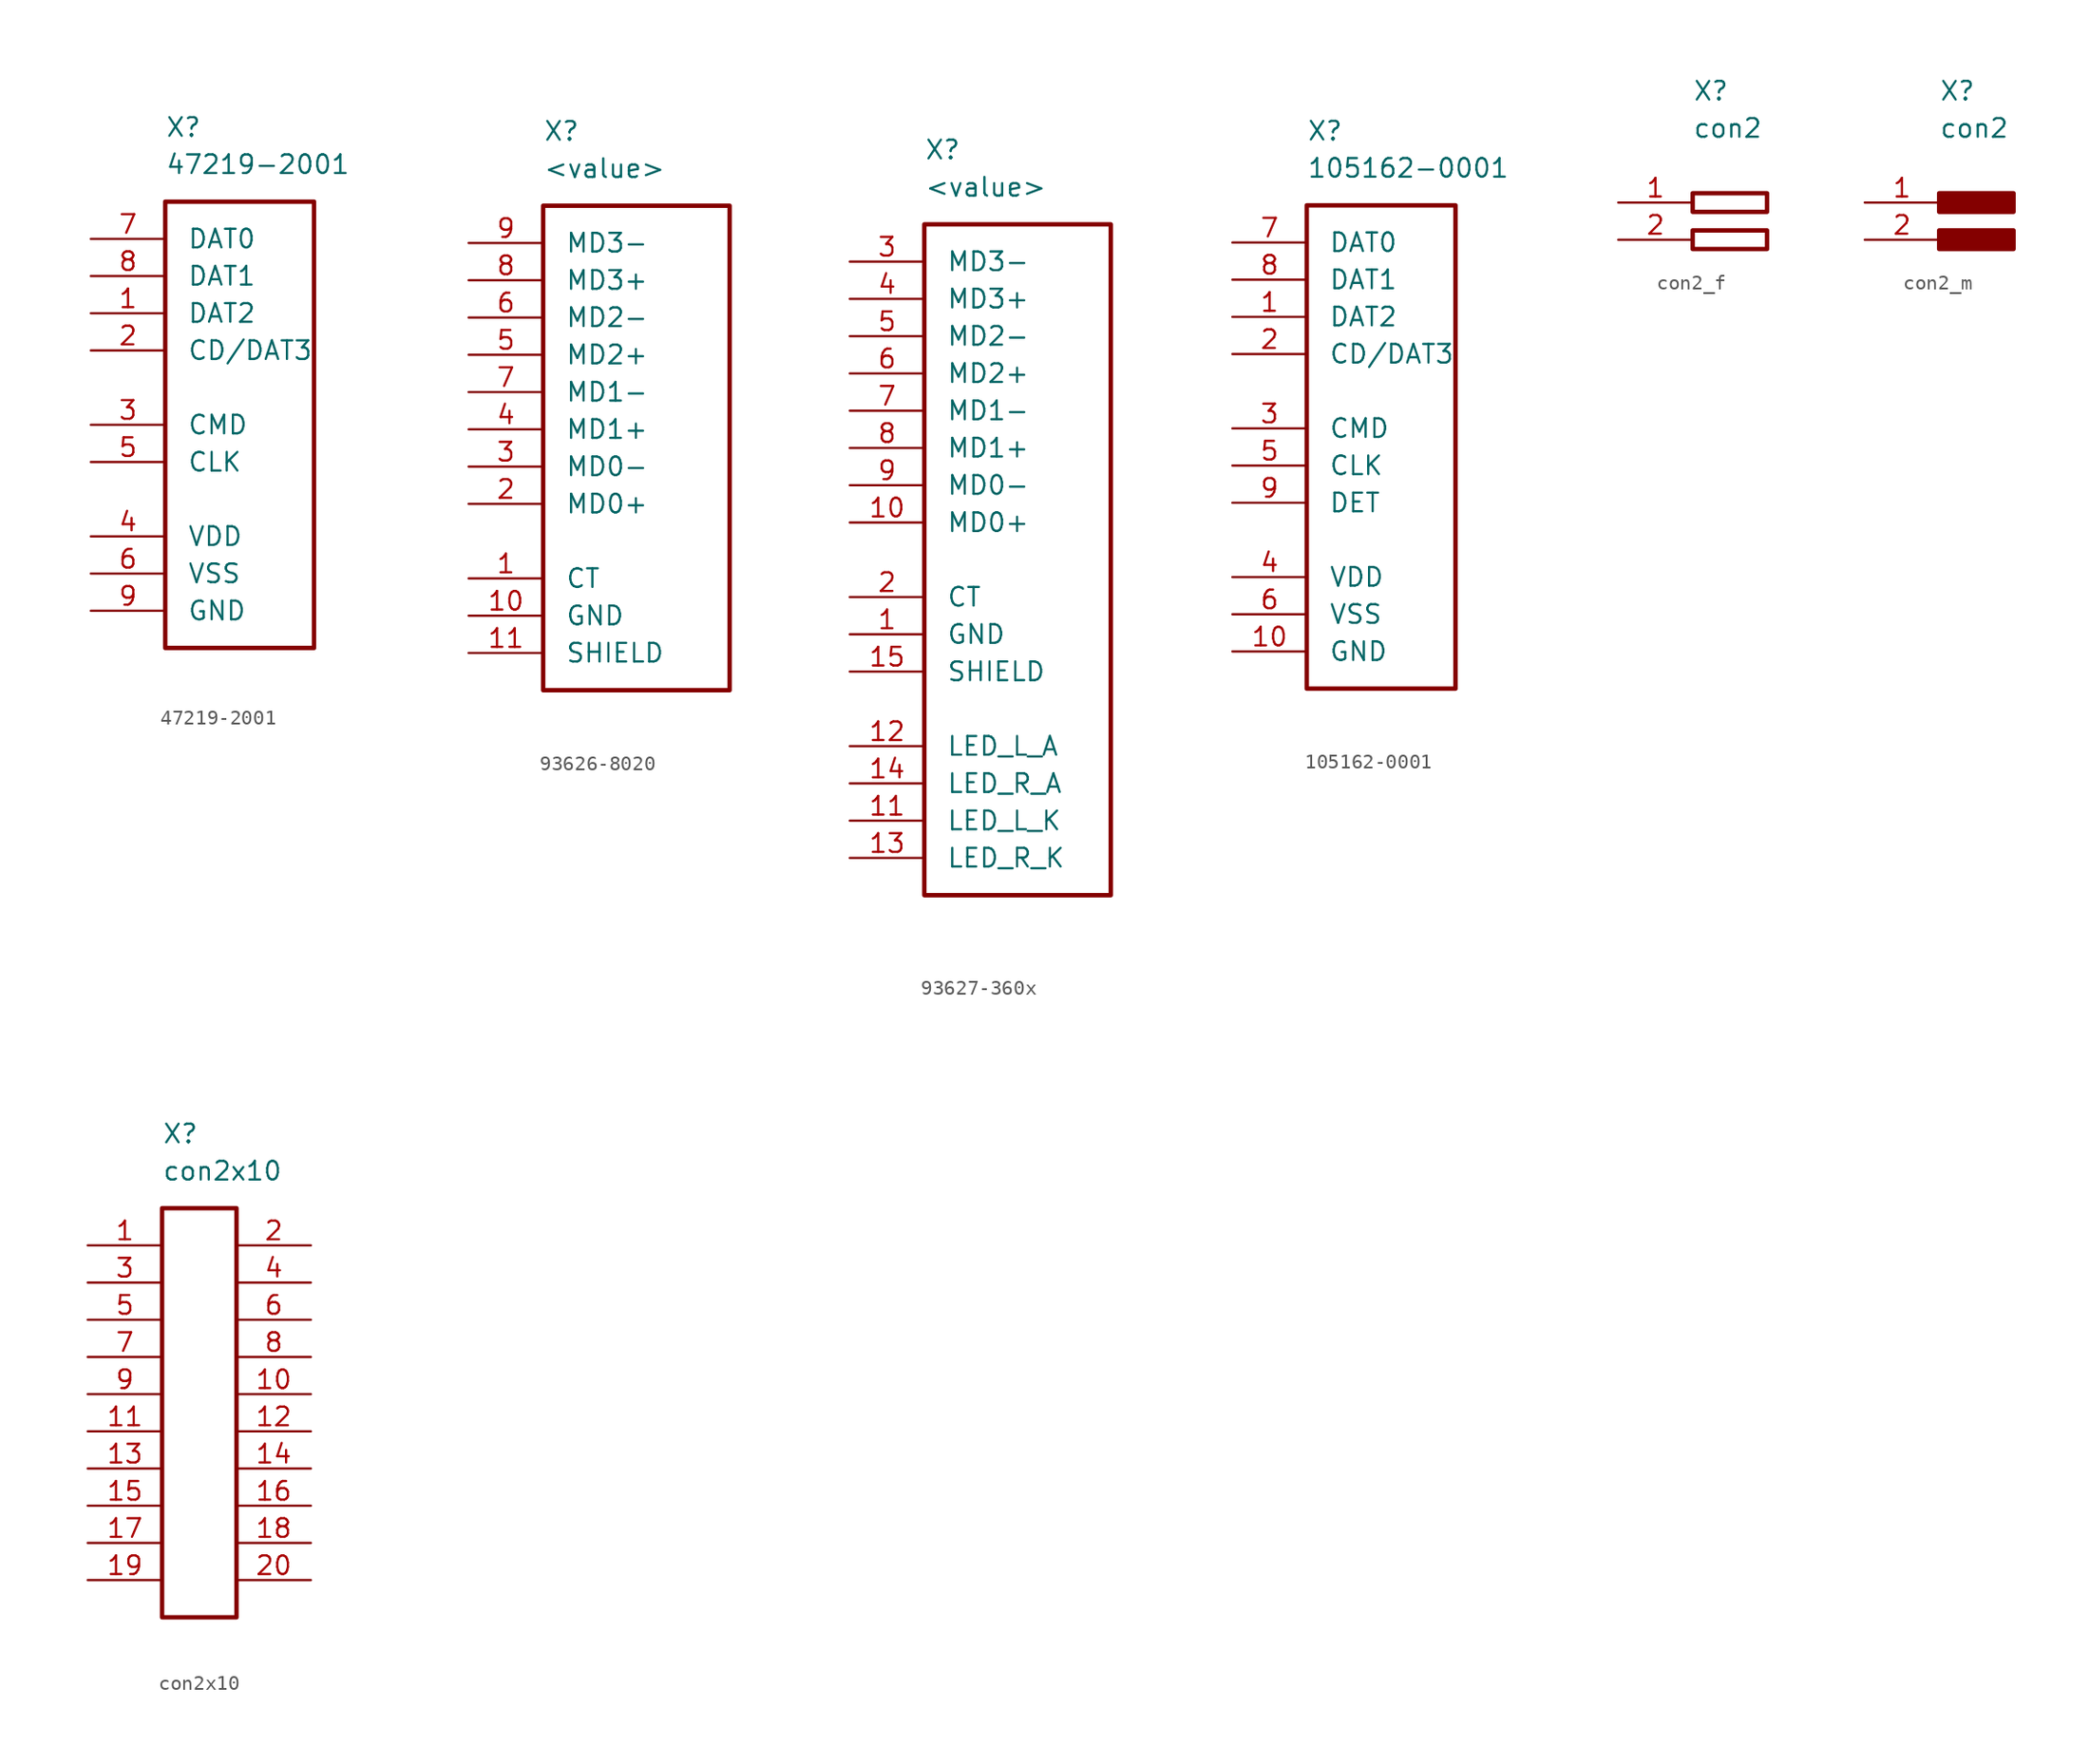
<source format=kicad_sym>
(kicad_symbol_lib
  (version 20241209)
  (generator "kicad_symbol_editor")
  (generator_version "9.0")
  (symbol "47219-2001"
    (pin_names
      (offset 1.5))
    (property "Reference" "X"
      (at 5.08 5.08 0)
      (effects (font (size 1.27 1.27)) (justify left)))
    (property "Value" "47219-2001"
      (at 5.08 2.54 0)
      (effects (font (size 1.27 1.27)) (justify left)))
    (symbol "47219-2001_0_1"
      (rectangle (start 5.08 0) (end 15.24 -30.48) (stroke (width 0.3) (type default)) (fill (type none))))
    (symbol "47219-2001_1_1"
      (pin passive line (at 0 -2.54 0) (length 5.08) (name "DAT0" (effects (font (size 1.27 1.27)))) (number "7" (effects (font (size 1.27 1.27)))))
      (pin passive line (at 0 -5.08 0) (length 5.08) (name "DAT1" (effects (font (size 1.27 1.27)))) (number "8" (effects (font (size 1.27 1.27)))))
      (pin passive line (at 0 -7.62 0) (length 5.08) (name "DAT2" (effects (font (size 1.27 1.27)))) (number "1" (effects (font (size 1.27 1.27)))))
      (pin passive line (at 0 -10.16 0) (length 5.08) (name "CD/DAT3" (effects (font (size 1.27 1.27)))) (number "2" (effects (font (size 1.27 1.27)))))
      (pin passive line (at 0 -15.24 0) (length 5.08) (name "CMD" (effects (font (size 1.27 1.27)))) (number "3" (effects (font (size 1.27 1.27)))))
      (pin passive line (at 0 -17.78 0) (length 5.08) (name "CLK" (effects (font (size 1.27 1.27)))) (number "5" (effects (font (size 1.27 1.27)))))
      (pin passive line (at 0 -22.86 0) (length 5.08) (name "VDD" (effects (font (size 1.27 1.27)))) (number "4" (effects (font (size 1.27 1.27)))))
      (pin passive line (at 0 -25.4 0) (length 5.08) (name "VSS" (effects (font (size 1.27 1.27)))) (number "6" (effects (font (size 1.27 1.27)))))
      (pin passive line (at 0 -27.94 0) (length 5.08) (name "GND" (effects (font (size 1.27 1.27)))) (number "9" (effects (font (size 1.27 1.27)))))))
  (symbol "93626-8020"
    (pin_names
      (offset 1.5))
    (property "Reference" "X"
      (at 5.08 5.08 0)
      (effects (font (size 1.27 1.27)) (justify left)))
    (property "Value" "<value>"
      (at 5.08 2.54 0)
      (effects (font (size 1.27 1.27)) (justify left)))
    (symbol "93626-8020_0_1"
      (rectangle (start 5.08 0) (end 17.78 -33.02) (stroke (width 0.3) (type default)) (fill (type none))))
    (symbol "93626-8020_1_1"
      (pin passive line (at 0 -2.54 0) (length 5.08) (name "MD3-" (effects (font (size 1.27 1.27)))) (number "9" (effects (font (size 1.27 1.27)))))
      (pin passive line (at 0 -5.08 0) (length 5.08) (name "MD3+" (effects (font (size 1.27 1.27)))) (number "8" (effects (font (size 1.27 1.27)))))
      (pin passive line (at 0 -7.62 0) (length 5.08) (name "MD2-" (effects (font (size 1.27 1.27)))) (number "6" (effects (font (size 1.27 1.27)))))
      (pin passive line (at 0 -10.16 0) (length 5.08) (name "MD2+" (effects (font (size 1.27 1.27)))) (number "5" (effects (font (size 1.27 1.27)))))
      (pin passive line (at 0 -12.7 0) (length 5.08) (name "MD1-" (effects (font (size 1.27 1.27)))) (number "7" (effects (font (size 1.27 1.27)))))
      (pin passive line (at 0 -15.24 0) (length 5.08) (name "MD1+" (effects (font (size 1.27 1.27)))) (number "4" (effects (font (size 1.27 1.27)))))
      (pin passive line (at 0 -17.78 0) (length 5.08) (name "MD0-" (effects (font (size 1.27 1.27)))) (number "3" (effects (font (size 1.27 1.27)))))
      (pin passive line (at 0 -20.32 0) (length 5.08) (name "MD0+" (effects (font (size 1.27 1.27)))) (number "2" (effects (font (size 1.27 1.27)))))
      (pin passive line (at 0 -25.4 0) (length 5.08) (name "CT" (effects (font (size 1.27 1.27)))) (number "1" (effects (font (size 1.27 1.27)))))
      (pin passive line (at 0 -27.94 0) (length 5.08) (name "GND" (effects (font (size 1.27 1.27)))) (number "10" (effects (font (size 1.27 1.27)))))
      (pin passive line (at 0 -30.48 0) (length 5.08) (name "SHIELD" (effects (font (size 1.27 1.27)))) (number "11" (effects (font (size 1.27 1.27)))))))
  (symbol "93627-360x"
    (pin_names
      (offset 1.5))
    (property "Reference" "X"
      (at 5.08 5.08 0)
      (effects (font (size 1.27 1.27)) (justify left)))
    (property "Value" "<value>"
      (at 5.08 2.54 0)
      (effects (font (size 1.27 1.27)) (justify left)))
    (symbol "93627-360x_0_1"
      (rectangle (start 5.08 0) (end 17.78 -45.72) (stroke (width 0.3) (type default)) (fill (type none))))
    (symbol "93627-360x_1_1"
      (pin passive line (at 0 -2.54 0) (length 5.08) (name "MD3-" (effects (font (size 1.27 1.27)))) (number "3" (effects (font (size 1.27 1.27)))))
      (pin passive line (at 0 -5.08 0) (length 5.08) (name "MD3+" (effects (font (size 1.27 1.27)))) (number "4" (effects (font (size 1.27 1.27)))))
      (pin passive line (at 0 -7.62 0) (length 5.08) (name "MD2-" (effects (font (size 1.27 1.27)))) (number "5" (effects (font (size 1.27 1.27)))))
      (pin passive line (at 0 -10.16 0) (length 5.08) (name "MD2+" (effects (font (size 1.27 1.27)))) (number "6" (effects (font (size 1.27 1.27)))))
      (pin passive line (at 0 -12.7 0) (length 5.08) (name "MD1-" (effects (font (size 1.27 1.27)))) (number "7" (effects (font (size 1.27 1.27)))))
      (pin passive line (at 0 -15.24 0) (length 5.08) (name "MD1+" (effects (font (size 1.27 1.27)))) (number "8" (effects (font (size 1.27 1.27)))))
      (pin passive line (at 0 -17.78 0) (length 5.08) (name "MD0-" (effects (font (size 1.27 1.27)))) (number "9" (effects (font (size 1.27 1.27)))))
      (pin passive line (at 0 -20.32 0) (length 5.08) (name "MD0+" (effects (font (size 1.27 1.27)))) (number "10" (effects (font (size 1.27 1.27)))))
      (pin passive line (at 0 -25.4 0) (length 5.08) (name "CT" (effects (font (size 1.27 1.27)))) (number "2" (effects (font (size 1.27 1.27)))))
      (pin passive line (at 0 -27.94 0) (length 5.08) (name "GND" (effects (font (size 1.27 1.27)))) (number "1" (effects (font (size 1.27 1.27)))))
      (pin passive line (at 0 -30.48 0) (length 5.08) (name "SHIELD" (effects (font (size 1.27 1.27)))) (number "15" (effects (font (size 1.27 1.27)))))
      (pin passive line (at 0 -35.56 0) (length 5.08) (name "LED_L_A" (effects (font (size 1.27 1.27)))) (number "12" (effects (font (size 1.27 1.27)))))
      (pin passive line (at 0 -38.1 0) (length 5.08) (name "LED_R_A" (effects (font (size 1.27 1.27)))) (number "14" (effects (font (size 1.27 1.27)))))
      (pin passive line (at 0 -40.64 0) (length 5.08) (name "LED_L_K" (effects (font (size 1.27 1.27)))) (number "11" (effects (font (size 1.27 1.27)))))
      (pin passive line (at 0 -43.18 0) (length 5.08) (name "LED_R_K" (effects (font (size 1.27 1.27)))) (number "13" (effects (font (size 1.27 1.27)))))))
  (symbol "105162-0001"
    (pin_names
      (offset 1.5))
    (property "Reference" "X"
      (at 5.08 5.08 0)
      (effects (font (size 1.27 1.27)) (justify left)))
    (property "Value" "105162-0001"
      (at 5.08 2.54 0)
      (effects (font (size 1.27 1.27)) (justify left)))
    (symbol "105162-0001_0_1"
      (rectangle (start 5.08 0) (end 15.24 -33.02) (stroke (width 0.3) (type default)) (fill (type none))))
    (symbol "105162-0001_1_1"
      (pin passive line (at 0 -2.54 0) (length 5.08) (name "DAT0" (effects (font (size 1.27 1.27)))) (number "7" (effects (font (size 1.27 1.27)))))
      (pin passive line (at 0 -5.08 0) (length 5.08) (name "DAT1" (effects (font (size 1.27 1.27)))) (number "8" (effects (font (size 1.27 1.27)))))
      (pin passive line (at 0 -7.62 0) (length 5.08) (name "DAT2" (effects (font (size 1.27 1.27)))) (number "1" (effects (font (size 1.27 1.27)))))
      (pin passive line (at 0 -10.16 0) (length 5.08) (name "CD/DAT3" (effects (font (size 1.27 1.27)))) (number "2" (effects (font (size 1.27 1.27)))))
      (pin passive line (at 0 -15.24 0) (length 5.08) (name "CMD" (effects (font (size 1.27 1.27)))) (number "3" (effects (font (size 1.27 1.27)))))
      (pin passive line (at 0 -17.78 0) (length 5.08) (name "CLK" (effects (font (size 1.27 1.27)))) (number "5" (effects (font (size 1.27 1.27)))))
      (pin passive line (at 0 -20.32 0) (length 5.08) (name "DET" (effects (font (size 1.27 1.27)))) (number "9" (effects (font (size 1.27 1.27)))))
      (pin passive line (at 0 -25.4 0) (length 5.08) (name "VDD" (effects (font (size 1.27 1.27)))) (number "4" (effects (font (size 1.27 1.27)))))
      (pin passive line (at 0 -27.94 0) (length 5.08) (name "VSS" (effects (font (size 1.27 1.27)))) (number "6" (effects (font (size 1.27 1.27)))))
      (pin passive line (at 0 -30.48 0) (length 5.08) (name "GND" (effects (font (size 1.27 1.27)))) (number "10" (effects (font (size 1.27 1.27)))))))
  (symbol "con2_f"
    (property "Reference" "X"
      (at 5.08 5.08 0)
      (effects (font (size 1.27 1.27)) (justify left)))
    (property "Value" "con2"
      (at 5.08 2.54 0)
      (effects (font (size 1.27 1.27)) (justify left)))
    (symbol "con2_f_0_1"
      (rectangle (start 5.08 -1.905) (end 10.16 -3.175) (stroke (width 0.3) (type default)) (fill (type none)))
      (rectangle (start 5.08 -4.445) (end 10.16 -5.715) (stroke (width 0.3) (type default)) (fill (type none))))
    (symbol "con2_f_1_1"
      (pin passive line (at 0 -2.54 0) (length 5.08) (name "" (effects (font (size 1.27 1.27)))) (number "1" (effects (font (size 1.27 1.27)))))
      (pin passive line (at 0 -5.08 0) (length 5.08) (name "" (effects (font (size 1.27 1.27)))) (number "2" (effects (font (size 1.27 1.27)))))))
  (symbol "con2_m"
    (property "Reference" "X"
      (at 5.08 5.08 0)
      (effects (font (size 1.27 1.27)) (justify left)))
    (property "Value" "con2"
      (at 5.08 2.54 0)
      (effects (font (size 1.27 1.27)) (justify left)))
    (symbol "con2_m_0_1"
      (rectangle (start 5.08 -1.905) (end 10.16 -3.175) (stroke (width 0.3) (type default)) (fill (type outline)))
      (rectangle (start 5.08 -4.445) (end 10.16 -5.715) (stroke (width 0.3) (type default)) (fill (type outline))))
    (symbol "con2_m_1_1"
      (pin passive line (at 0 -2.54 0) (length 5.08) (name "" (effects (font (size 1.27 1.27)))) (number "1" (effects (font (size 1.27 1.27)))))
      (pin passive line (at 0 -5.08 0) (length 5.08) (name "" (effects (font (size 1.27 1.27)))) (number "2" (effects (font (size 1.27 1.27)))))))
  (symbol "con2x10"
    (property "Reference" "X"
      (at 5.08 5.08 0)
      (effects (font (size 1.27 1.27)) (justify left)))
    (property "Value" "con2x10"
      (at 5.08 2.54 0)
      (effects (font (size 1.27 1.27)) (justify left)))
    (symbol "con2x10_0_1"
      (rectangle (start 5.08 0) (end 10.16 -27.94) (stroke (width 0.3) (type default)) (fill (type none))))
    (symbol "con2x10_1_1"
      (pin passive line (at 0 -2.54 0) (length 5.08) (name "" (effects (font (size 1.27 1.27)))) (number "1" (effects (font (size 1.27 1.27)))))
      (pin passive line (at 0 -5.08 0) (length 5.08) (name "" (effects (font (size 1.27 1.27)))) (number "3" (effects (font (size 1.27 1.27)))))
      (pin passive line (at 0 -7.62 0) (length 5.08) (name "" (effects (font (size 1.27 1.27)))) (number "5" (effects (font (size 1.27 1.27)))))
      (pin passive line (at 0 -10.16 0) (length 5.08) (name "" (effects (font (size 1.27 1.27)))) (number "7" (effects (font (size 1.27 1.27)))))
      (pin passive line (at 0 -12.7 0) (length 5.08) (name "" (effects (font (size 1.27 1.27)))) (number "9" (effects (font (size 1.27 1.27)))))
      (pin passive line (at 0 -15.24 0) (length 5.08) (name "" (effects (font (size 1.27 1.27)))) (number "11" (effects (font (size 1.27 1.27)))))
      (pin passive line (at 0 -17.78 0) (length 5.08) (name "" (effects (font (size 1.27 1.27)))) (number "13" (effects (font (size 1.27 1.27)))))
      (pin passive line (at 0 -20.32 0) (length 5.08) (name "" (effects (font (size 1.27 1.27)))) (number "15" (effects (font (size 1.27 1.27)))))
      (pin passive line (at 0 -22.86 0) (length 5.08) (name "" (effects (font (size 1.27 1.27)))) (number "17" (effects (font (size 1.27 1.27)))))
      (pin passive line (at 0 -25.4 0) (length 5.08) (name "" (effects (font (size 1.27 1.27)))) (number "19" (effects (font (size 1.27 1.27)))))
      (pin passive line (at 15.24 -2.54 180) (length 5.08) (name "" (effects (font (size 1.27 1.27)))) (number "2" (effects (font (size 1.27 1.27)))))
      (pin passive line (at 15.24 -5.08 180) (length 5.08) (name "" (effects (font (size 1.27 1.27)))) (number "4" (effects (font (size 1.27 1.27)))))
      (pin passive line (at 15.24 -7.62 180) (length 5.08) (name "" (effects (font (size 1.27 1.27)))) (number "6" (effects (font (size 1.27 1.27)))))
      (pin passive line (at 15.24 -10.16 180) (length 5.08) (name "" (effects (font (size 1.27 1.27)))) (number "8" (effects (font (size 1.27 1.27)))))
      (pin passive line (at 15.24 -12.7 180) (length 5.08) (name "" (effects (font (size 1.27 1.27)))) (number "10" (effects (font (size 1.27 1.27)))))
      (pin passive line (at 15.24 -15.24 180) (length 5.08) (name "" (effects (font (size 1.27 1.27)))) (number "12" (effects (font (size 1.27 1.27)))))
      (pin passive line (at 15.24 -17.78 180) (length 5.08) (name "" (effects (font (size 1.27 1.27)))) (number "14" (effects (font (size 1.27 1.27)))))
      (pin passive line (at 15.24 -20.32 180) (length 5.08) (name "" (effects (font (size 1.27 1.27)))) (number "16" (effects (font (size 1.27 1.27)))))
      (pin passive line (at 15.24 -22.86 180) (length 5.08) (name "" (effects (font (size 1.27 1.27)))) (number "18" (effects (font (size 1.27 1.27)))))
      (pin passive line (at 15.24 -25.4 180) (length 5.08) (name "" (effects (font (size 1.27 1.27)))) (number "20" (effects (font (size 1.27 1.27))))))))
</source>
